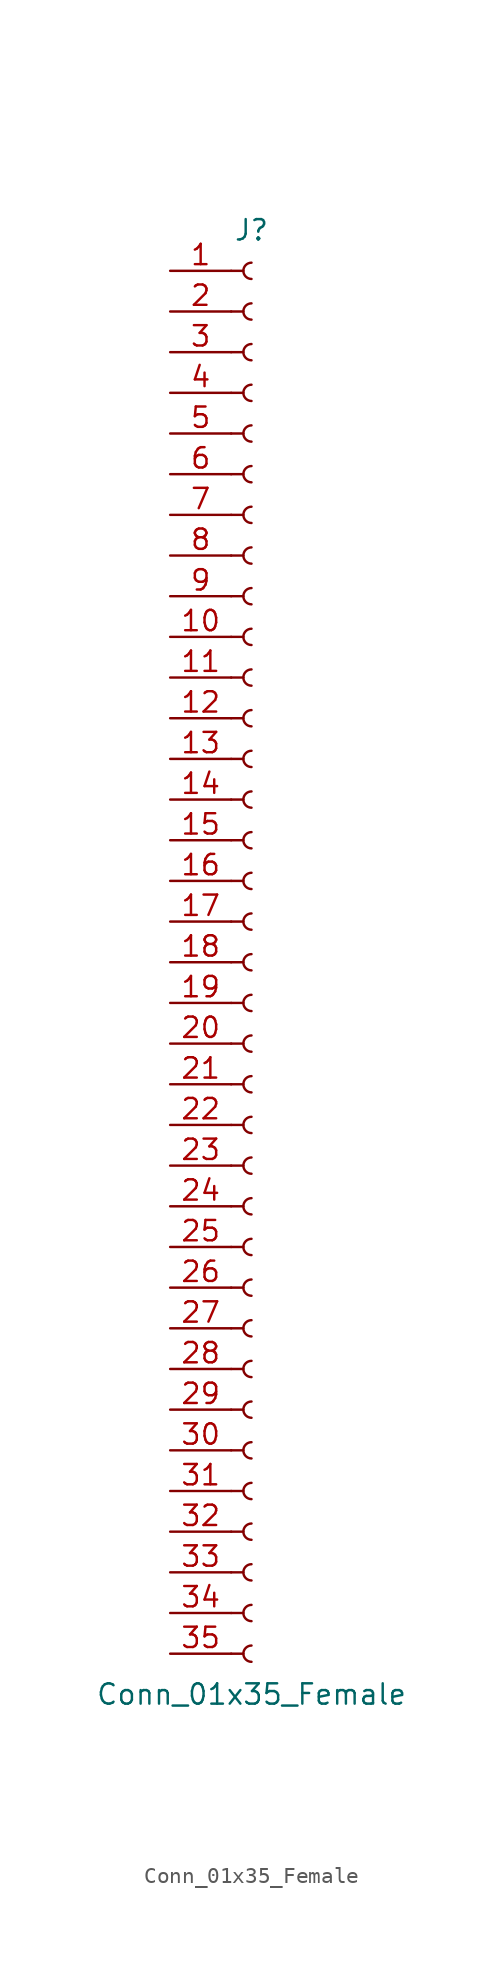
<source format=kicad_sym>
(kicad_symbol_lib
  (version 20201005)
  (generator kicad_symbol_editor)
  (symbol "Conn_01x35_Female"
    (pin_names
      (offset 1.016) hide)
    (property "Reference" "J"
      (at 0 45.72 0)
      (effects (font (size 1.27 1.27))))
    (property "Value" "Conn_01x35_Female"
      (at 0 -45.72 0)
      (effects (font (size 1.27 1.27))))
    (symbol "Conn_01x35_Female_1_1"
      (arc (start 0 -42.672) (end 0 -43.688) (radius (at 0 -43.18) (length 0.508) (angles 90.1 -90.1)) (stroke (width 0.1524)) (fill (type none)))
      (arc (start 0 -40.132) (end 0 -41.148) (radius (at 0 -40.64) (length 0.508) (angles 90.1 -90.1)) (stroke (width 0.1524)) (fill (type none)))
      (arc (start 0 -37.592) (end 0 -38.608) (radius (at 0 -38.1) (length 0.508) (angles 90.1 -90.1)) (stroke (width 0.1524)) (fill (type none)))
      (arc (start 0 -35.052) (end 0 -36.068) (radius (at 0 -35.56) (length 0.508) (angles 90.1 -90.1)) (stroke (width 0.1524)) (fill (type none)))
      (arc (start 0 -32.512) (end 0 -33.528) (radius (at 0 -33.02) (length 0.508) (angles 90.1 -90.1)) (stroke (width 0.1524)) (fill (type none)))
      (arc (start 0 -29.972) (end 0 -30.988) (radius (at 0 -30.48) (length 0.508) (angles 90.1 -90.1)) (stroke (width 0.1524)) (fill (type none)))
      (arc (start 0 -27.432) (end 0 -28.448) (radius (at 0 -27.94) (length 0.508) (angles 90.1 -90.1)) (stroke (width 0.1524)) (fill (type none)))
      (arc (start 0 -24.892) (end 0 -25.908) (radius (at 0 -25.4) (length 0.508) (angles 90.1 -90.1)) (stroke (width 0.1524)) (fill (type none)))
      (arc (start 0 -22.352) (end 0 -23.368) (radius (at 0 -22.86) (length 0.508) (angles 90.1 -90.1)) (stroke (width 0.1524)) (fill (type none)))
      (arc (start 0 -19.812) (end 0 -20.828) (radius (at 0 -20.32) (length 0.508) (angles 90.1 -90.1)) (stroke (width 0.1524)) (fill (type none)))
      (arc (start 0 -17.272) (end 0 -18.288) (radius (at 0 -17.78) (length 0.508) (angles 90.1 -90.1)) (stroke (width 0.1524)) (fill (type none)))
      (arc (start 0 -14.732) (end 0 -15.748) (radius (at 0 -15.24) (length 0.508) (angles 90.1 -90.1)) (stroke (width 0.1524)) (fill (type none)))
      (arc (start 0 -12.192) (end 0 -13.208) (radius (at 0 -12.7) (length 0.508) (angles 90.1 -90.1)) (stroke (width 0.1524)) (fill (type none)))
      (arc (start 0 -9.652) (end 0 -10.668) (radius (at 0 -10.16) (length 0.508) (angles 90.1 -90.1)) (stroke (width 0.1524)) (fill (type none)))
      (arc (start 0 -7.112) (end 0 -8.128) (radius (at 0 -7.62) (length 0.508) (angles 90.1 -90.1)) (stroke (width 0.1524)) (fill (type none)))
      (arc (start 0 -4.572) (end 0 -5.588) (radius (at 0 -5.08) (length 0.508) (angles 90.1 -90.1)) (stroke (width 0.1524)) (fill (type none)))
      (arc (start 0 -2.032) (end 0 -3.048) (radius (at 0 -2.54) (length 0.508) (angles 90.1 -90.1)) (stroke (width 0.1524)) (fill (type none)))
      (arc (start 0 0.508) (end 0 -0.508) (radius (at 0 0) (length 0.508) (angles 90.1 -90.1)) (stroke (width 0.1524)) (fill (type none)))
      (arc (start 0 3.048) (end 0 2.032) (radius (at 0 2.54) (length 0.508) (angles 90.1 -90.1)) (stroke (width 0.1524)) (fill (type none)))
      (arc (start 0 5.588) (end 0 4.572) (radius (at 0 5.08) (length 0.508) (angles 90.1 -90.1)) (stroke (width 0.1524)) (fill (type none)))
      (arc (start 0 8.128) (end 0 7.112) (radius (at 0 7.62) (length 0.508) (angles 90.1 -90.1)) (stroke (width 0.1524)) (fill (type none)))
      (arc (start 0 10.668) (end 0 9.652) (radius (at 0 10.16) (length 0.508) (angles 90.1 -90.1)) (stroke (width 0.1524)) (fill (type none)))
      (arc (start 0 13.208) (end 0 12.192) (radius (at 0 12.7) (length 0.508) (angles 90.1 -90.1)) (stroke (width 0.1524)) (fill (type none)))
      (arc (start 0 15.748) (end 0 14.732) (radius (at 0 15.24) (length 0.508) (angles 90.1 -90.1)) (stroke (width 0.1524)) (fill (type none)))
      (arc (start 0 18.288) (end 0 17.272) (radius (at 0 17.78) (length 0.508) (angles 90.1 -90.1)) (stroke (width 0.1524)) (fill (type none)))
      (arc (start 0 20.828) (end 0 19.812) (radius (at 0 20.32) (length 0.508) (angles 90.1 -90.1)) (stroke (width 0.1524)) (fill (type none)))
      (arc (start 0 23.368) (end 0 22.352) (radius (at 0 22.86) (length 0.508) (angles 90.1 -90.1)) (stroke (width 0.1524)) (fill (type none)))
      (arc (start 0 25.908) (end 0 24.892) (radius (at 0 25.4) (length 0.508) (angles 90.1 -90.1)) (stroke (width 0.1524)) (fill (type none)))
      (arc (start 0 28.448) (end 0 27.432) (radius (at 0 27.94) (length 0.508) (angles 90.1 -90.1)) (stroke (width 0.1524)) (fill (type none)))
      (arc (start 0 30.988) (end 0 29.972) (radius (at 0 30.48) (length 0.508) (angles 90.1 -90.1)) (stroke (width 0.1524)) (fill (type none)))
      (arc (start 0 33.528) (end 0 32.512) (radius (at 0 33.02) (length 0.508) (angles 90.1 -90.1)) (stroke (width 0.1524)) (fill (type none)))
      (arc (start 0 36.068) (end 0 35.052) (radius (at 0 35.56) (length 0.508) (angles 90.1 -90.1)) (stroke (width 0.1524)) (fill (type none)))
      (arc (start 0 38.608) (end 0 37.592) (radius (at 0 38.1) (length 0.508) (angles 90.1 -90.1)) (stroke (width 0.1524)) (fill (type none)))
      (arc (start 0 41.148) (end 0 40.132) (radius (at 0 40.64) (length 0.508) (angles 90.1 -90.1)) (stroke (width 0.1524)) (fill (type none)))
      (arc (start 0 43.688) (end 0 42.672) (radius (at 0 43.18) (length 0.508) (angles 90.1 -90.1)) (stroke (width 0.1524)) (fill (type none)))
      (polyline (pts (xy -1.27 -43.18) (xy -0.508 -43.18)) (stroke (width 0.152)) (fill (type none)))
      (polyline (pts (xy -1.27 -40.64) (xy -0.508 -40.64)) (stroke (width 0.152)) (fill (type none)))
      (polyline (pts (xy -1.27 -38.1) (xy -0.508 -38.1)) (stroke (width 0.152)) (fill (type none)))
      (polyline (pts (xy -1.27 -35.56) (xy -0.508 -35.56)) (stroke (width 0.152)) (fill (type none)))
      (polyline (pts (xy -1.27 -33.02) (xy -0.508 -33.02)) (stroke (width 0.152)) (fill (type none)))
      (polyline (pts (xy -1.27 -30.48) (xy -0.508 -30.48)) (stroke (width 0.152)) (fill (type none)))
      (polyline (pts (xy -1.27 -27.94) (xy -0.508 -27.94)) (stroke (width 0.152)) (fill (type none)))
      (polyline (pts (xy -1.27 -25.4) (xy -0.508 -25.4)) (stroke (width 0.152)) (fill (type none)))
      (polyline (pts (xy -1.27 -22.86) (xy -0.508 -22.86)) (stroke (width 0.152)) (fill (type none)))
      (polyline (pts (xy -1.27 -20.32) (xy -0.508 -20.32)) (stroke (width 0.152)) (fill (type none)))
      (polyline (pts (xy -1.27 -17.78) (xy -0.508 -17.78)) (stroke (width 0.152)) (fill (type none)))
      (polyline (pts (xy -1.27 -15.24) (xy -0.508 -15.24)) (stroke (width 0.152)) (fill (type none)))
      (polyline (pts (xy -1.27 -12.7) (xy -0.508 -12.7)) (stroke (width 0.152)) (fill (type none)))
      (polyline (pts (xy -1.27 -10.16) (xy -0.508 -10.16)) (stroke (width 0.152)) (fill (type none)))
      (polyline (pts (xy -1.27 -7.62) (xy -0.508 -7.62)) (stroke (width 0.152)) (fill (type none)))
      (polyline (pts (xy -1.27 -5.08) (xy -0.508 -5.08)) (stroke (width 0.152)) (fill (type none)))
      (polyline (pts (xy -1.27 -2.54) (xy -0.508 -2.54)) (stroke (width 0.152)) (fill (type none)))
      (polyline (pts (xy -1.27 0) (xy -0.508 0)) (stroke (width 0.152)) (fill (type none)))
      (polyline (pts (xy -1.27 2.54) (xy -0.508 2.54)) (stroke (width 0.152)) (fill (type none)))
      (polyline (pts (xy -1.27 5.08) (xy -0.508 5.08)) (stroke (width 0.152)) (fill (type none)))
      (polyline (pts (xy -1.27 7.62) (xy -0.508 7.62)) (stroke (width 0.152)) (fill (type none)))
      (polyline (pts (xy -1.27 10.16) (xy -0.508 10.16)) (stroke (width 0.152)) (fill (type none)))
      (polyline (pts (xy -1.27 12.7) (xy -0.508 12.7)) (stroke (width 0.152)) (fill (type none)))
      (polyline (pts (xy -1.27 15.24) (xy -0.508 15.24)) (stroke (width 0.152)) (fill (type none)))
      (polyline (pts (xy -1.27 17.78) (xy -0.508 17.78)) (stroke (width 0.152)) (fill (type none)))
      (polyline (pts (xy -1.27 20.32) (xy -0.508 20.32)) (stroke (width 0.152)) (fill (type none)))
      (polyline (pts (xy -1.27 22.86) (xy -0.508 22.86)) (stroke (width 0.152)) (fill (type none)))
      (polyline (pts (xy -1.27 25.4) (xy -0.508 25.4)) (stroke (width 0.152)) (fill (type none)))
      (polyline (pts (xy -1.27 27.94) (xy -0.508 27.94)) (stroke (width 0.152)) (fill (type none)))
      (polyline (pts (xy -1.27 30.48) (xy -0.508 30.48)) (stroke (width 0.152)) (fill (type none)))
      (polyline (pts (xy -1.27 33.02) (xy -0.508 33.02)) (stroke (width 0.152)) (fill (type none)))
      (polyline (pts (xy -1.27 35.56) (xy -0.508 35.56)) (stroke (width 0.152)) (fill (type none)))
      (polyline (pts (xy -1.27 38.1) (xy -0.508 38.1)) (stroke (width 0.152)) (fill (type none)))
      (polyline (pts (xy -1.27 40.64) (xy -0.508 40.64)) (stroke (width 0.152)) (fill (type none)))
      (polyline (pts (xy -1.27 43.18) (xy -0.508 43.18)) (stroke (width 0.152)) (fill (type none)))
      (pin passive line (at -5.08 43.18 0) (length 3.81) (name "Pin_1" (effects (font (size 1.27 1.27)))) (number "1" (effects (font (size 1.27 1.27)))))
      (pin passive line (at -5.08 20.32 0) (length 3.81) (name "Pin_10" (effects (font (size 1.27 1.27)))) (number "10" (effects (font (size 1.27 1.27)))))
      (pin passive line (at -5.08 17.78 0) (length 3.81) (name "Pin_11" (effects (font (size 1.27 1.27)))) (number "11" (effects (font (size 1.27 1.27)))))
      (pin passive line (at -5.08 15.24 0) (length 3.81) (name "Pin_12" (effects (font (size 1.27 1.27)))) (number "12" (effects (font (size 1.27 1.27)))))
      (pin passive line (at -5.08 12.7 0) (length 3.81) (name "Pin_13" (effects (font (size 1.27 1.27)))) (number "13" (effects (font (size 1.27 1.27)))))
      (pin passive line (at -5.08 10.16 0) (length 3.81) (name "Pin_14" (effects (font (size 1.27 1.27)))) (number "14" (effects (font (size 1.27 1.27)))))
      (pin passive line (at -5.08 7.62 0) (length 3.81) (name "Pin_15" (effects (font (size 1.27 1.27)))) (number "15" (effects (font (size 1.27 1.27)))))
      (pin passive line (at -5.08 5.08 0) (length 3.81) (name "Pin_16" (effects (font (size 1.27 1.27)))) (number "16" (effects (font (size 1.27 1.27)))))
      (pin passive line (at -5.08 2.54 0) (length 3.81) (name "Pin_17" (effects (font (size 1.27 1.27)))) (number "17" (effects (font (size 1.27 1.27)))))
      (pin passive line (at -5.08 0 0) (length 3.81) (name "Pin_18" (effects (font (size 1.27 1.27)))) (number "18" (effects (font (size 1.27 1.27)))))
      (pin passive line (at -5.08 -2.54 0) (length 3.81) (name "Pin_19" (effects (font (size 1.27 1.27)))) (number "19" (effects (font (size 1.27 1.27)))))
      (pin passive line (at -5.08 40.64 0) (length 3.81) (name "Pin_2" (effects (font (size 1.27 1.27)))) (number "2" (effects (font (size 1.27 1.27)))))
      (pin passive line (at -5.08 -5.08 0) (length 3.81) (name "Pin_20" (effects (font (size 1.27 1.27)))) (number "20" (effects (font (size 1.27 1.27)))))
      (pin passive line (at -5.08 -7.62 0) (length 3.81) (name "Pin_21" (effects (font (size 1.27 1.27)))) (number "21" (effects (font (size 1.27 1.27)))))
      (pin passive line (at -5.08 -10.16 0) (length 3.81) (name "Pin_22" (effects (font (size 1.27 1.27)))) (number "22" (effects (font (size 1.27 1.27)))))
      (pin passive line (at -5.08 -12.7 0) (length 3.81) (name "Pin_23" (effects (font (size 1.27 1.27)))) (number "23" (effects (font (size 1.27 1.27)))))
      (pin passive line (at -5.08 -15.24 0) (length 3.81) (name "Pin_24" (effects (font (size 1.27 1.27)))) (number "24" (effects (font (size 1.27 1.27)))))
      (pin passive line (at -5.08 -17.78 0) (length 3.81) (name "Pin_25" (effects (font (size 1.27 1.27)))) (number "25" (effects (font (size 1.27 1.27)))))
      (pin passive line (at -5.08 -20.32 0) (length 3.81) (name "Pin_26" (effects (font (size 1.27 1.27)))) (number "26" (effects (font (size 1.27 1.27)))))
      (pin passive line (at -5.08 -22.86 0) (length 3.81) (name "Pin_27" (effects (font (size 1.27 1.27)))) (number "27" (effects (font (size 1.27 1.27)))))
      (pin passive line (at -5.08 -25.4 0) (length 3.81) (name "Pin_28" (effects (font (size 1.27 1.27)))) (number "28" (effects (font (size 1.27 1.27)))))
      (pin passive line (at -5.08 -27.94 0) (length 3.81) (name "Pin_29" (effects (font (size 1.27 1.27)))) (number "29" (effects (font (size 1.27 1.27)))))
      (pin passive line (at -5.08 38.1 0) (length 3.81) (name "Pin_3" (effects (font (size 1.27 1.27)))) (number "3" (effects (font (size 1.27 1.27)))))
      (pin passive line (at -5.08 -30.48 0) (length 3.81) (name "Pin_30" (effects (font (size 1.27 1.27)))) (number "30" (effects (font (size 1.27 1.27)))))
      (pin passive line (at -5.08 -33.02 0) (length 3.81) (name "Pin_31" (effects (font (size 1.27 1.27)))) (number "31" (effects (font (size 1.27 1.27)))))
      (pin passive line (at -5.08 -35.56 0) (length 3.81) (name "Pin_32" (effects (font (size 1.27 1.27)))) (number "32" (effects (font (size 1.27 1.27)))))
      (pin passive line (at -5.08 -38.1 0) (length 3.81) (name "Pin_33" (effects (font (size 1.27 1.27)))) (number "33" (effects (font (size 1.27 1.27)))))
      (pin passive line (at -5.08 -40.64 0) (length 3.81) (name "Pin_34" (effects (font (size 1.27 1.27)))) (number "34" (effects (font (size 1.27 1.27)))))
      (pin passive line (at -5.08 -43.18 0) (length 3.81) (name "Pin_35" (effects (font (size 1.27 1.27)))) (number "35" (effects (font (size 1.27 1.27)))))
      (pin passive line (at -5.08 35.56 0) (length 3.81) (name "Pin_4" (effects (font (size 1.27 1.27)))) (number "4" (effects (font (size 1.27 1.27)))))
      (pin passive line (at -5.08 33.02 0) (length 3.81) (name "Pin_5" (effects (font (size 1.27 1.27)))) (number "5" (effects (font (size 1.27 1.27)))))
      (pin passive line (at -5.08 30.48 0) (length 3.81) (name "Pin_6" (effects (font (size 1.27 1.27)))) (number "6" (effects (font (size 1.27 1.27)))))
      (pin passive line (at -5.08 27.94 0) (length 3.81) (name "Pin_7" (effects (font (size 1.27 1.27)))) (number "7" (effects (font (size 1.27 1.27)))))
      (pin passive line (at -5.08 25.4 0) (length 3.81) (name "Pin_8" (effects (font (size 1.27 1.27)))) (number "8" (effects (font (size 1.27 1.27)))))
      (pin passive line (at -5.08 22.86 0) (length 3.81) (name "Pin_9" (effects (font (size 1.27 1.27)))) (number "9" (effects (font (size 1.27 1.27))))))))
</source>
